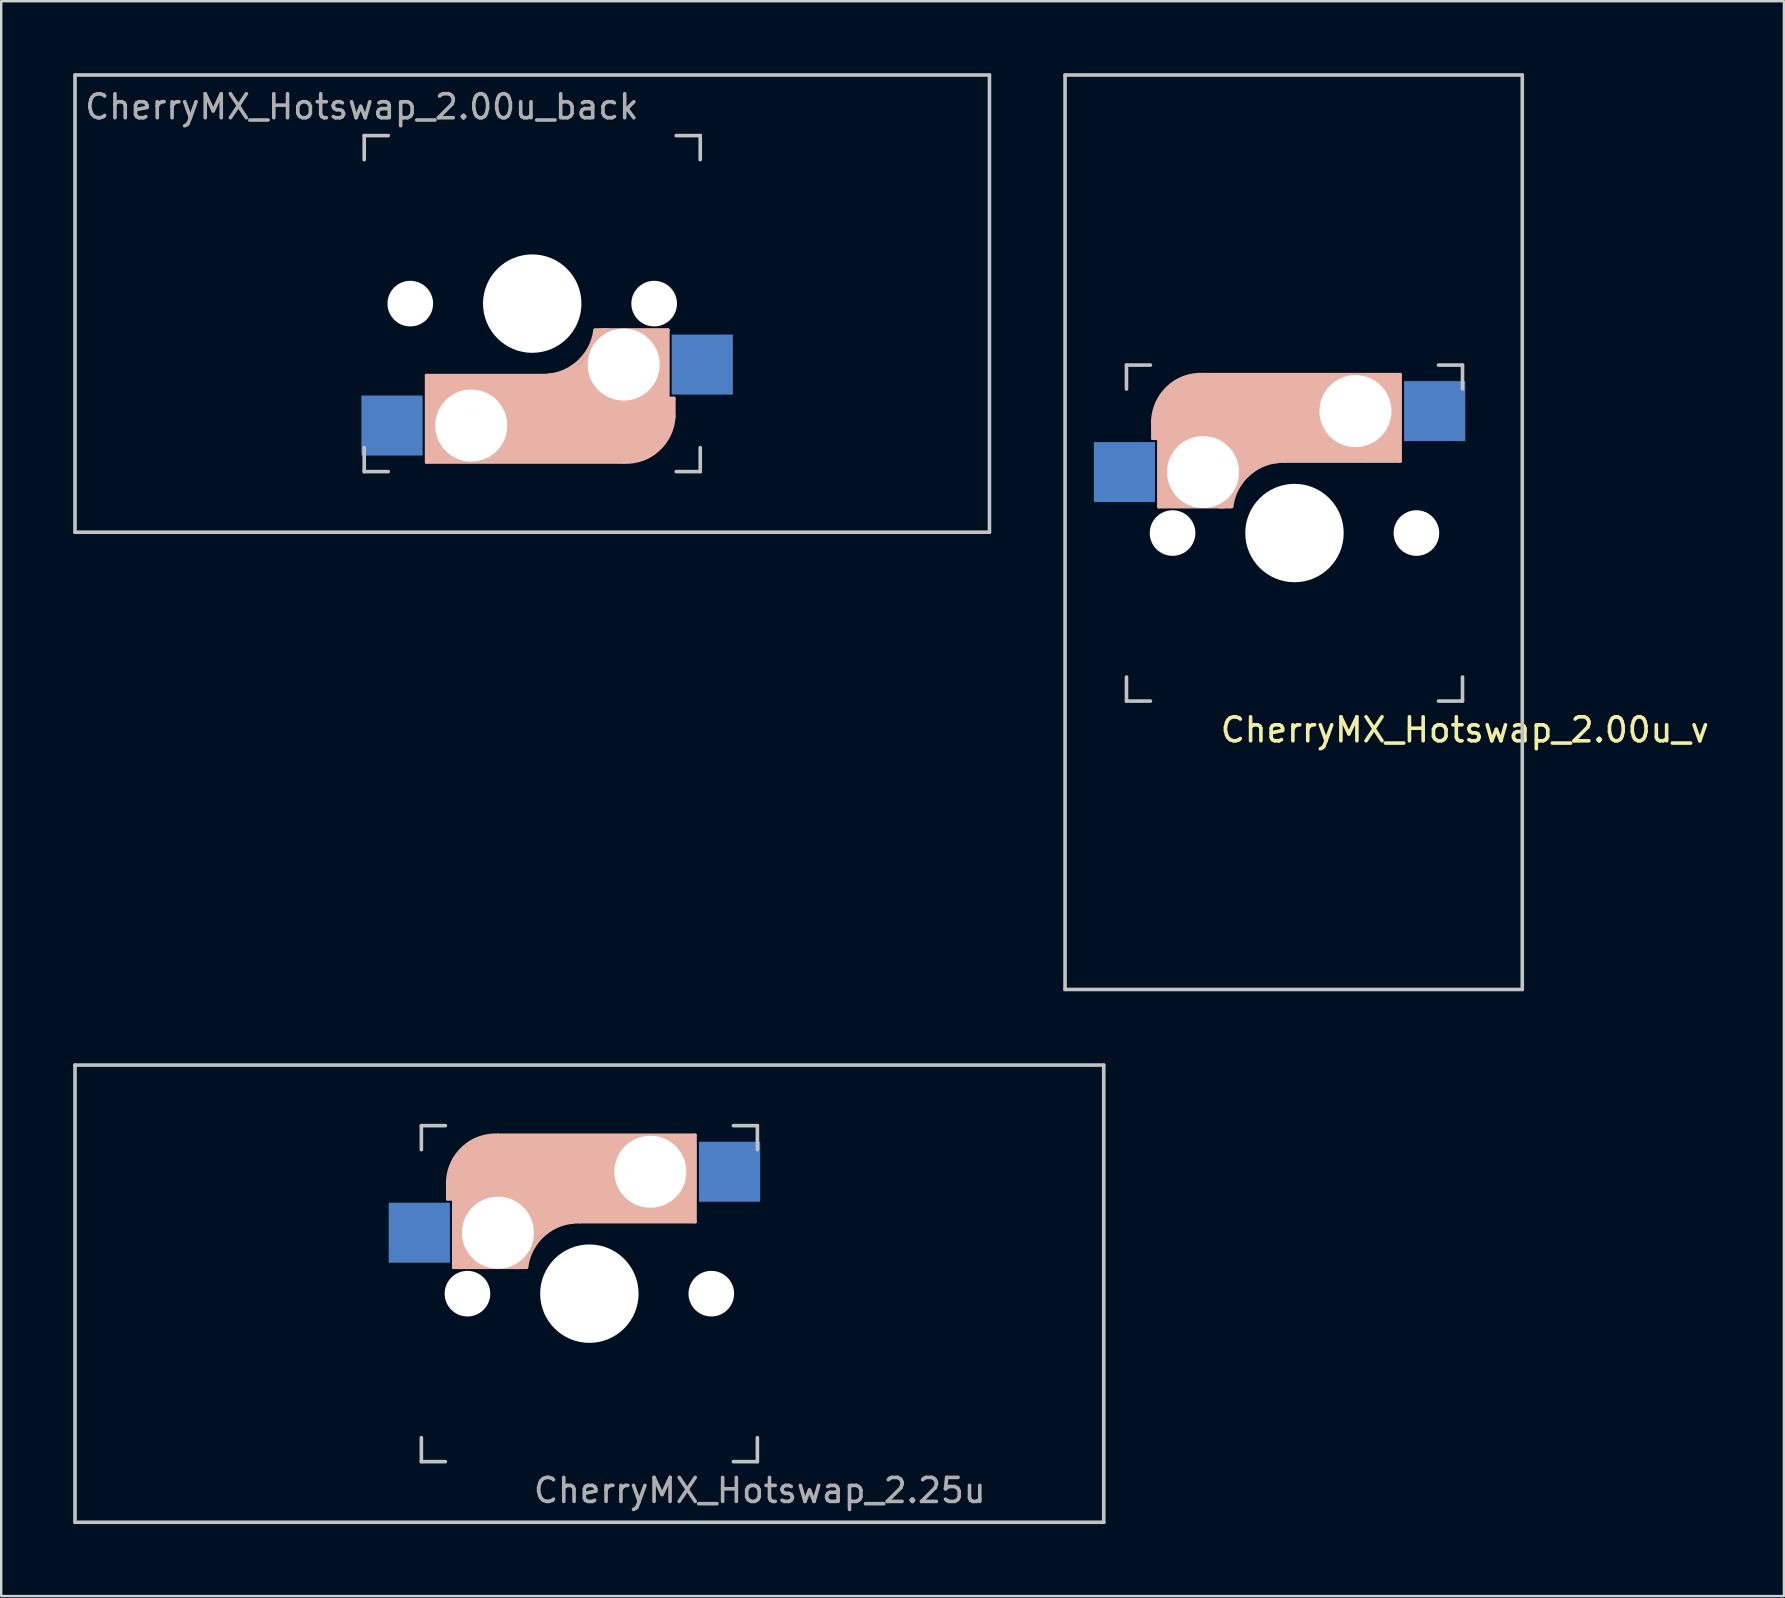
<source format=kicad_pcb>
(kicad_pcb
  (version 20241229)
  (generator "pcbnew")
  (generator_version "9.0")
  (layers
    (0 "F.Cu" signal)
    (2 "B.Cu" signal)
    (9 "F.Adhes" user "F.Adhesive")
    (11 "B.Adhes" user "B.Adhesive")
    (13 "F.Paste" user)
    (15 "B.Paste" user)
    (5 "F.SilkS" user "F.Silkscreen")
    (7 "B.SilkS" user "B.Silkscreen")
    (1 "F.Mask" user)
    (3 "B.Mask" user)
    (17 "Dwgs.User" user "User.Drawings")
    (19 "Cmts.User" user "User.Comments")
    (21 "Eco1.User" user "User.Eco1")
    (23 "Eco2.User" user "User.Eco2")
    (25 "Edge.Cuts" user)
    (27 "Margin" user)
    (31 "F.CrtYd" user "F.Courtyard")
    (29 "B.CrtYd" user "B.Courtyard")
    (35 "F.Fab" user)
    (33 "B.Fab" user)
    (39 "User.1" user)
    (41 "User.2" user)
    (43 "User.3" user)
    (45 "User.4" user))
  (footprint "CherryMX_Hotswap_2.00u_back"
    (layer "F.Cu")
    (at 19.125 9.6)
    (property "Reference" "CherryMX_Hotswap_2.00u_back" (at -7.1 -8.2 180) (layer "F.Fab") (effects (font (size 1 1) (thickness 0.15))))
    (attr through_hole)
    (fp_line (start -4.4 3) (end -4.4 6.6) (stroke (width 0.15) (type solid)) (layer "B.SilkS"))
    (fp_line (start -4.4 6.6) (end 3.8 6.6) (stroke (width 0.15) (type solid)) (layer "B.SilkS"))
    (fp_line (start -4.38 4) (end -4.38 6.25) (stroke (width 0.15) (type solid)) (layer "B.SilkS"))
    (fp_line (start -4.25 6.4) (end -3 6.4) (stroke (width 0.4) (type solid)) (layer "B.SilkS"))
    (fp_line (start -4.2 3.25) (end -2.9 3.3) (stroke (width 0.5) (type solid)) (layer "B.SilkS"))
    (fp_line (start -3.9 6) (end -3.9 3.5) (stroke (width 1) (type solid)) (layer "B.SilkS"))
    (fp_line (start -2.6 4.8) (end 4.1 4.8) (stroke (width 3.5) (type solid)) (layer "B.SilkS"))
    (fp_line (start 0.4 3) (end -4.4 3) (stroke (width 0.15) (type solid)) (layer "B.SilkS"))
    (fp_line (start 4.17 5.1) (end 4.17 2.86) (stroke (width 3) (type solid)) (layer "B.SilkS"))
    (fp_line (start 5.3 1.6) (end 5.3 3.4) (stroke (width 0.8) (type solid)) (layer "B.SilkS"))
    (fp_line (start 5.45 1.3) (end 3 1.3) (stroke (width 0.5) (type solid)) (layer "B.SilkS"))
    (fp_line (start 5.65 1.1) (end 2.62 1.1) (stroke (width 0.15) (type solid)) (layer "B.SilkS"))
    (fp_line (start 5.65 5.55) (end 5.65 1.1) (stroke (width 0.15) (type solid)) (layer "B.SilkS"))
    (fp_line (start 5.8 4.05) (end 5.8 4.7) (stroke (width 0.3) (type solid)) (layer "B.SilkS"))
    (fp_line (start 5.9 3.95) (end 5.7 3.95) (stroke (width 0.15) (type solid)) (layer "B.SilkS"))
    (fp_line (start 5.9 4.7) (end 5.9 3.95) (stroke (width 0.15) (type solid)) (layer "B.SilkS"))
    (fp_arc (start 2.616318 1.121471) (mid 1.868709 2.486118) (end 0.4 3) (stroke (width 0.15) (type solid)) (layer "B.SilkS"))
    (fp_arc (start 3.016318 1.521471) (mid 2.268709 2.886118) (end 0.8 3.4) (stroke (width 1) (type solid)) (layer "B.SilkS"))
    (fp_arc (start 5.9 4.699999) (mid 5.243504 6.084924) (end 3.800001 6.6) (stroke (width 0.15) (type solid)) (layer "B.SilkS"))
    (fp_line (start -19.05 -9.525) (end 19.05 -9.525) (stroke (width 0.15) (type solid)) (layer "Dwgs.User"))
    (fp_line (start -19.05 9.525) (end -19.05 -9.525) (stroke (width 0.15) (type solid)) (layer "Dwgs.User"))
    (fp_line (start -7 -7) (end -7 -6) (stroke (width 0.15) (type solid)) (layer "Dwgs.User"))
    (fp_line (start -7 7) (end -7 6) (stroke (width 0.15) (type solid)) (layer "Dwgs.User"))
    (fp_line (start -7 7) (end -6 7) (stroke (width 0.15) (type solid)) (layer "Dwgs.User"))
    (fp_line (start -6 -7) (end -7 -7) (stroke (width 0.15) (type solid)) (layer "Dwgs.User"))
    (fp_line (start 7 -7) (end 6 -7) (stroke (width 0.15) (type solid)) (layer "Dwgs.User"))
    (fp_line (start 7 -6) (end 7 -7) (stroke (width 0.15) (type solid)) (layer "Dwgs.User"))
    (fp_line (start 7 6) (end 7 7) (stroke (width 0.15) (type solid)) (layer "Dwgs.User"))
    (fp_line (start 7 7) (end 6 7) (stroke (width 0.15) (type solid)) (layer "Dwgs.User"))
    (fp_line (start 19.05 -9.525) (end 19.05 9.525) (stroke (width 0.15) (type solid)) (layer "Dwgs.User"))
    (fp_line (start 19.05 9.525) (end -19.05 9.525) (stroke (width 0.15) (type solid)) (layer "Dwgs.User"))
    (pad "" np_thru_hole circle (at -5.08 0 180) (size 1.9 1.9) (drill 1.9) (layers "*.Cu" "*.Mask"))
    (pad "" np_thru_hole circle (at -2.54 5.08 180) (size 3 3) (drill 3) (layers "*.Cu" "*.Mask"))
    (pad "" np_thru_hole circle (at 0 0 270) (size 4.1 4.1) (drill 4.1) (layers "*.Cu" "*.Mask"))
    (pad "" np_thru_hole circle (at 3.81 2.54 180) (size 3 3) (drill 3) (layers "*.Cu" "*.Mask"))
    (pad "" np_thru_hole circle (at 5.08 0 180) (size 1.9 1.9) (drill 1.9) (layers "*.Cu" "*.Mask"))
    (pad "1" smd rect (at 7.085 2.54) (size 2.55 2.5) (layers "B.Cu" "B.Mask" "B.Paste"))
    (pad "2" smd rect (at -5.842 5.08) (size 2.55 2.5) (layers "B.Cu" "B.Mask" "B.Paste")))
  (footprint "CherryMX_Hotswap_2.25u"
    (layer "F.Cu")
    (at 21.506 50.85)
    (property "Reference" "CherryMX_Hotswap_2.25u" (at 7.1 8.2 0) (layer "F.Fab") (effects (font (size 1 1) (thickness 0.15))))
    (attr through_hole)
    (fp_line (start -5.9 -4.7) (end -5.9 -3.95) (stroke (width 0.15) (type solid)) (layer "B.SilkS"))
    (fp_line (start -5.9 -3.95) (end -5.7 -3.95) (stroke (width 0.15) (type solid)) (layer "B.SilkS"))
    (fp_line (start -5.8 -4.05) (end -5.8 -4.7) (stroke (width 0.3) (type solid)) (layer "B.SilkS"))
    (fp_line (start -5.65 -5.55) (end -5.65 -1.1) (stroke (width 0.15) (type solid)) (layer "B.SilkS"))
    (fp_line (start -5.65 -1.1) (end -2.62 -1.1) (stroke (width 0.15) (type solid)) (layer "B.SilkS"))
    (fp_line (start -5.45 -1.3) (end -3 -1.3) (stroke (width 0.5) (type solid)) (layer "B.SilkS"))
    (fp_line (start -5.3 -1.6) (end -5.3 -3.4) (stroke (width 0.8) (type solid)) (layer "B.SilkS"))
    (fp_line (start -4.17 -5.1) (end -4.17 -2.86) (stroke (width 3) (type solid)) (layer "B.SilkS"))
    (fp_line (start -0.4 -3) (end 4.4 -3) (stroke (width 0.15) (type solid)) (layer "B.SilkS"))
    (fp_line (start 2.6 -4.8) (end -4.1 -4.8) (stroke (width 3.5) (type solid)) (layer "B.SilkS"))
    (fp_line (start 3.9 -6) (end 3.9 -3.5) (stroke (width 1) (type solid)) (layer "B.SilkS"))
    (fp_line (start 4.2 -3.25) (end 2.9 -3.3) (stroke (width 0.5) (type solid)) (layer "B.SilkS"))
    (fp_line (start 4.25 -6.4) (end 3 -6.4) (stroke (width 0.4) (type solid)) (layer "B.SilkS"))
    (fp_line (start 4.38 -4) (end 4.38 -6.25) (stroke (width 0.15) (type solid)) (layer "B.SilkS"))
    (fp_line (start 4.4 -6.6) (end -3.8 -6.6) (stroke (width 0.15) (type solid)) (layer "B.SilkS"))
    (fp_line (start 4.4 -3) (end 4.4 -6.6) (stroke (width 0.15) (type solid)) (layer "B.SilkS"))
    (fp_arc (start -5.9 -4.699999) (mid -5.243504 -6.084924) (end -3.800001 -6.6) (stroke (width 0.15) (type solid)) (layer "B.SilkS"))
    (fp_arc (start -3.016318 -1.521471) (mid -2.268709 -2.886118) (end -0.8 -3.4) (stroke (width 1) (type solid)) (layer "B.SilkS"))
    (fp_arc (start -2.616318 -1.121471) (mid -1.868709 -2.486118) (end -0.4 -3) (stroke (width 0.15) (type solid)) (layer "B.SilkS"))
    (fp_line (start -21.431 -9.525) (end 21.431 -9.525) (stroke (width 0.15) (type solid)) (layer "Dwgs.User"))
    (fp_line (start -21.431 9.525) (end -21.431 -9.525) (stroke (width 0.15) (type solid)) (layer "Dwgs.User"))
    (fp_line (start -7 -7) (end -6 -7) (stroke (width 0.15) (type solid)) (layer "Dwgs.User"))
    (fp_line (start -7 -6) (end -7 -7) (stroke (width 0.15) (type solid)) (layer "Dwgs.User"))
    (fp_line (start -7 6) (end -7 7) (stroke (width 0.15) (type solid)) (layer "Dwgs.User"))
    (fp_line (start -7 7) (end -6 7) (stroke (width 0.15) (type solid)) (layer "Dwgs.User"))
    (fp_line (start 6 7) (end 7 7) (stroke (width 0.15) (type solid)) (layer "Dwgs.User"))
    (fp_line (start 7 -7) (end 6 -7) (stroke (width 0.15) (type solid)) (layer "Dwgs.User"))
    (fp_line (start 7 -7) (end 7 -6) (stroke (width 0.15) (type solid)) (layer "Dwgs.User"))
    (fp_line (start 7 7) (end 7 6) (stroke (width 0.15) (type solid)) (layer "Dwgs.User"))
    (fp_line (start 21.431 -9.525) (end 21.431 9.525) (stroke (width 0.15) (type solid)) (layer "Dwgs.User"))
    (fp_line (start 21.431 9.525) (end -21.431 9.525) (stroke (width 0.15) (type solid)) (layer "Dwgs.User"))
    (pad "" np_thru_hole circle (at -5.08 0) (size 1.9 1.9) (drill 1.9) (layers "*.Cu" "*.Mask"))
    (pad "" np_thru_hole circle (at -3.81 -2.54) (size 3 3) (drill 3) (layers "*.Cu" "*.Mask"))
    (pad "" np_thru_hole circle (at 0 0 90) (size 4.1 4.1) (drill 4.1) (layers "*.Cu" "*.Mask"))
    (pad "" np_thru_hole circle (at 2.54 -5.08) (size 3 3) (drill 3) (layers "*.Cu" "*.Mask"))
    (pad "" np_thru_hole circle (at 5.08 0) (size 1.9 1.9) (drill 1.9) (layers "*.Cu" "*.Mask"))
    (pad "1" smd rect (at -7.085 -2.54 180) (size 2.55 2.5) (layers "B.Cu" "B.Mask" "B.Paste"))
    (pad "2" smd rect (at 5.842 -5.08 180) (size 2.55 2.5) (layers "B.Cu" "B.Mask" "B.Paste")))
  (footprint "CherryMX_Hotswap_2.00u_v"
    (layer "F.Cu")
    (at 50.884 19.159)
    (property "Reference" "CherryMX_Hotswap_2.00u_v" (at 7.1 8.2 0) (layer "F.SilkS") (effects (font (size 1 1) (thickness 0.15))))
    (attr through_hole)
    (fp_line (start -5.9 -4.7) (end -5.9 -3.95) (stroke (width 0.15) (type solid)) (layer "B.SilkS"))
    (fp_line (start -5.9 -3.95) (end -5.7 -3.95) (stroke (width 0.15) (type solid)) (layer "B.SilkS"))
    (fp_line (start -5.8 -4.05) (end -5.8 -4.7) (stroke (width 0.3) (type solid)) (layer "B.SilkS"))
    (fp_line (start -5.65 -5.55) (end -5.65 -1.1) (stroke (width 0.15) (type solid)) (layer "B.SilkS"))
    (fp_line (start -5.65 -1.1) (end -2.62 -1.1) (stroke (width 0.15) (type solid)) (layer "B.SilkS"))
    (fp_line (start -5.45 -1.3) (end -3 -1.3) (stroke (width 0.5) (type solid)) (layer "B.SilkS"))
    (fp_line (start -5.3 -1.6) (end -5.3 -3.4) (stroke (width 0.8) (type solid)) (layer "B.SilkS"))
    (fp_line (start -4.17 -5.1) (end -4.17 -2.86) (stroke (width 3) (type solid)) (layer "B.SilkS"))
    (fp_line (start -0.4 -3) (end 4.4 -3) (stroke (width 0.15) (type solid)) (layer "B.SilkS"))
    (fp_line (start 2.6 -4.8) (end -4.1 -4.8) (stroke (width 3.5) (type solid)) (layer "B.SilkS"))
    (fp_line (start 3.9 -6) (end 3.9 -3.5) (stroke (width 1) (type solid)) (layer "B.SilkS"))
    (fp_line (start 4.2 -3.25) (end 2.9 -3.3) (stroke (width 0.5) (type solid)) (layer "B.SilkS"))
    (fp_line (start 4.25 -6.4) (end 3 -6.4) (stroke (width 0.4) (type solid)) (layer "B.SilkS"))
    (fp_line (start 4.38 -4) (end 4.38 -6.25) (stroke (width 0.15) (type solid)) (layer "B.SilkS"))
    (fp_line (start 4.4 -6.6) (end -3.8 -6.6) (stroke (width 0.15) (type solid)) (layer "B.SilkS"))
    (fp_line (start 4.4 -3) (end 4.4 -6.6) (stroke (width 0.15) (type solid)) (layer "B.SilkS"))
    (fp_arc (start -5.9 -4.699999) (mid -5.243504 -6.084924) (end -3.800001 -6.6) (stroke (width 0.15) (type solid)) (layer "B.SilkS"))
    (fp_arc (start -3.016318 -1.521471) (mid -2.268709 -2.886118) (end -0.8 -3.4) (stroke (width 1) (type solid)) (layer "B.SilkS"))
    (fp_arc (start -2.616318 -1.121471) (mid -1.868709 -2.486118) (end -0.4 -3) (stroke (width 0.15) (type solid)) (layer "B.SilkS"))
    (fp_line (start -9.559 -19.084) (end 9.491 -19.084) (stroke (width 0.15) (type solid)) (layer "Dwgs.User"))
    (fp_line (start -9.559 19.016) (end -9.559 -19.084) (stroke (width 0.15) (type solid)) (layer "Dwgs.User"))
    (fp_line (start -7 -7) (end -6 -7) (stroke (width 0.15) (type solid)) (layer "Dwgs.User"))
    (fp_line (start -7 -6) (end -7 -7) (stroke (width 0.15) (type solid)) (layer "Dwgs.User"))
    (fp_line (start -7 6) (end -7 7) (stroke (width 0.15) (type solid)) (layer "Dwgs.User"))
    (fp_line (start -7 7) (end -6 7) (stroke (width 0.15) (type solid)) (layer "Dwgs.User"))
    (fp_line (start 6 7) (end 7 7) (stroke (width 0.15) (type solid)) (layer "Dwgs.User"))
    (fp_line (start 7 -7) (end 6 -7) (stroke (width 0.15) (type solid)) (layer "Dwgs.User"))
    (fp_line (start 7 -7) (end 7 -6) (stroke (width 0.15) (type solid)) (layer "Dwgs.User"))
    (fp_line (start 7 7) (end 7 6) (stroke (width 0.15) (type solid)) (layer "Dwgs.User"))
    (fp_line (start 9.491 -19.084) (end 9.491 19.016) (stroke (width 0.15) (type solid)) (layer "Dwgs.User"))
    (fp_line (start 9.491 19.016) (end -9.559 19.016) (stroke (width 0.15) (type solid)) (layer "Dwgs.User"))
    (pad "" np_thru_hole circle (at -5.08 0) (size 1.9 1.9) (drill 1.9) (layers "*.Cu" "*.Mask"))
    (pad "" np_thru_hole circle (at -3.81 -2.54) (size 3 3) (drill 3) (layers "*.Cu" "*.Mask"))
    (pad "" np_thru_hole circle (at 0 0 90) (size 4.1 4.1) (drill 4.1) (layers "*.Cu" "*.Mask"))
    (pad "" np_thru_hole circle (at 2.54 -5.08) (size 3 3) (drill 3) (layers "*.Cu" "*.Mask"))
    (pad "" np_thru_hole circle (at 5.08 0) (size 1.9 1.9) (drill 1.9) (layers "*.Cu" "*.Mask"))
    (pad "1" smd rect (at -7.085 -2.54 180) (size 2.55 2.5) (layers "B.Cu" "B.Mask" "B.Paste"))
    (pad "2" smd rect (at 5.842 -5.08 180) (size 2.55 2.5) (layers "B.Cu" "B.Mask" "B.Paste")))
  (gr_rect
    (start -3 -3)
    (end 71.276 63.45)
    (stroke (width 0.1) (type default))
    (fill no)
    (layer "Edge.Cuts")))
</source>
